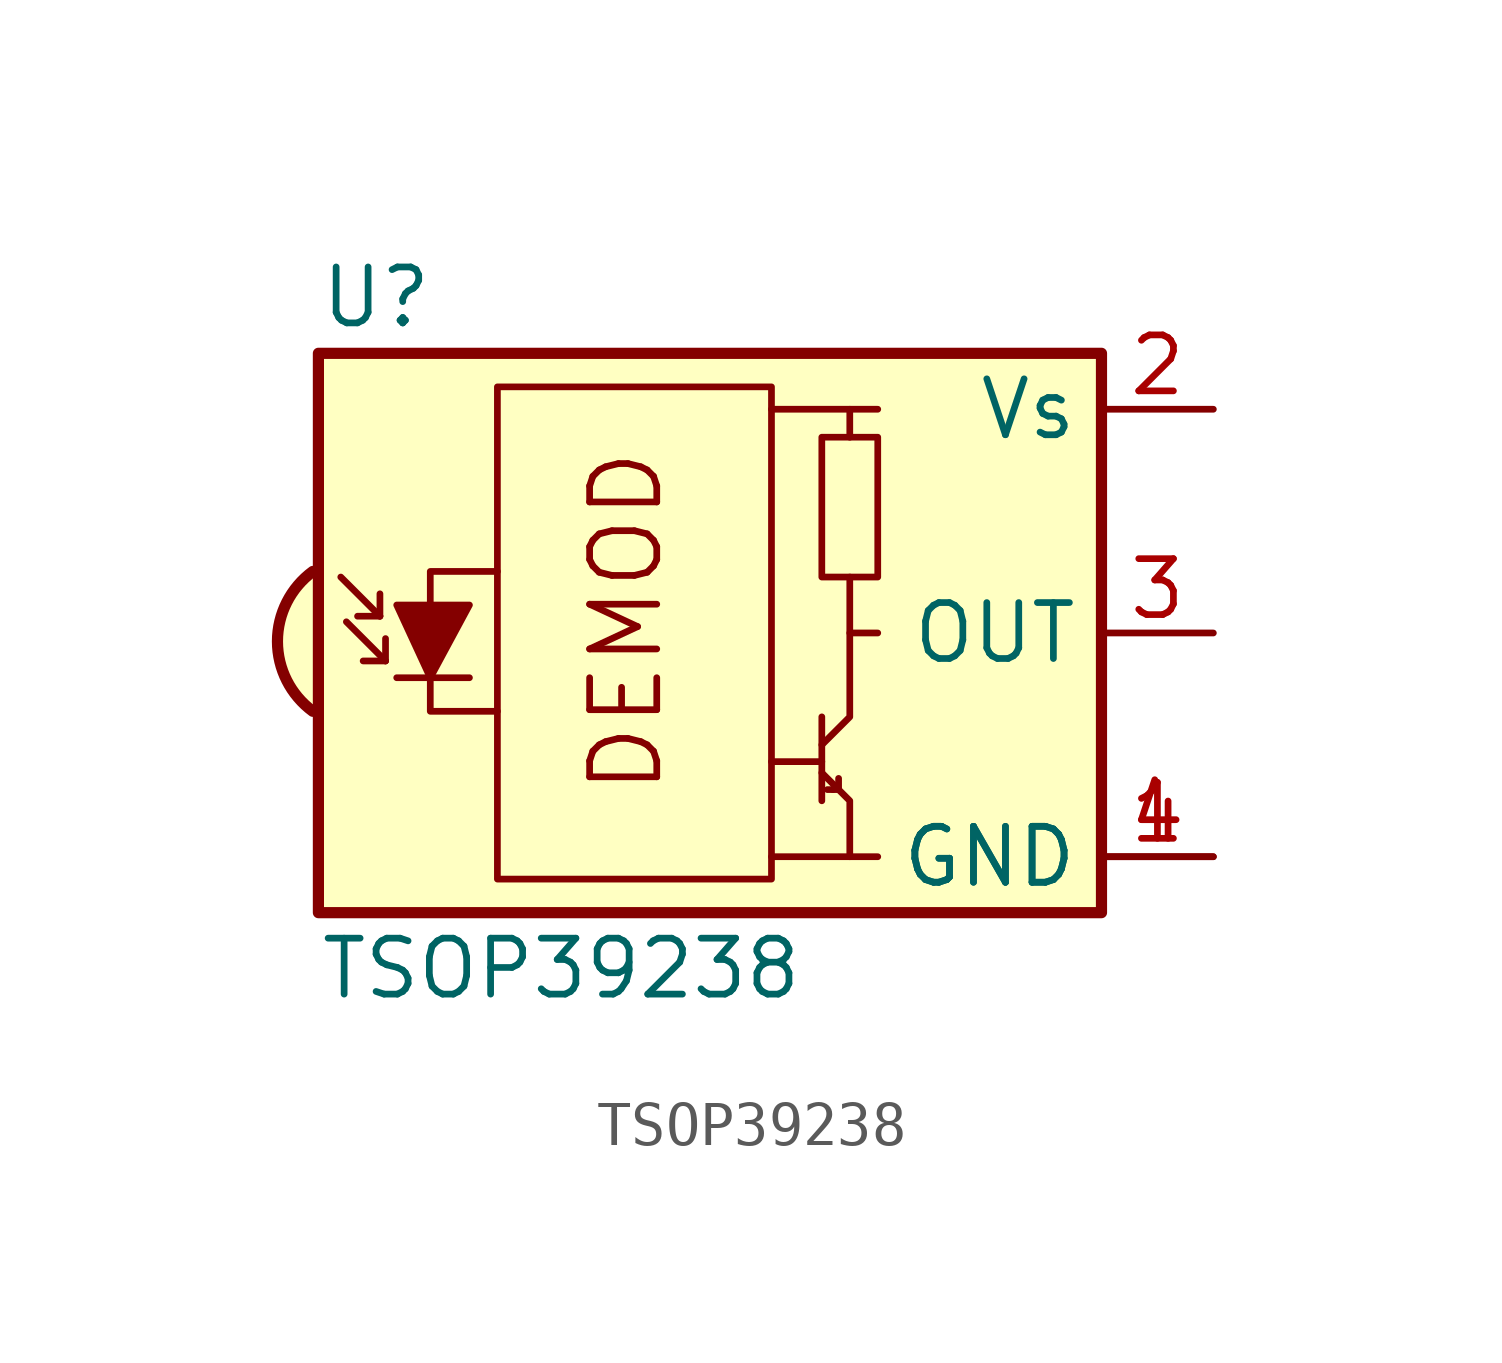
<source format=kicad_sym>
(kicad_symbol_lib
  (version 20231120)
  (generator "kicad_symbol_editor")
  (generator_version "8.0")
  (symbol "TSOP39238"
    (property "Reference" "U"
      (at -10.16 7.62 0)
      (effects (font (size 1.27 1.27)) (justify left)))
    (property "Value" "TSOP39238"
      (at -10.16 -7.62 0)
      (effects (font (size 1.27 1.27)) (justify left)))
    (symbol "TSOP39238_0_0"
      (arc (start -10.287 1.397) (mid -11.0899 -0.1852) (end -10.287 -1.778) (stroke (width 0.254) (type default)) (fill (type background)))
      (polyline (pts (xy 1.905 -5.08) (xy 0.127 -5.08)) (stroke (width 0) (type default)) (fill (type none)))
      (polyline (pts (xy 1.905 5.08) (xy 0.127 5.08)) (stroke (width 0) (type default)) (fill (type none)))
      (text "DEMOD" (at -3.175 0.254 900) (effects (font (size 1.524 1.524)))))
    (symbol "TSOP39238_0_1"
      (rectangle (start -10.16 6.35) (end 7.62 -6.35) (stroke (width 0.254) (type default)) (fill (type background)))
      (rectangle (start -6.096 5.588) (end 0.127 -5.588) (stroke (width 0) (type default)) (fill (type none)))
      (polyline (pts (xy -8.763 0.381) (xy -9.652 1.27)) (stroke (width 0) (type default)) (fill (type none)))
      (polyline (pts (xy -8.763 0.381) (xy -9.271 0.381)) (stroke (width 0) (type default)) (fill (type none)))
      (polyline (pts (xy -8.763 0.381) (xy -8.763 0.889)) (stroke (width 0) (type default)) (fill (type none)))
      (polyline (pts (xy -8.636 -0.635) (xy -9.525 0.254)) (stroke (width 0) (type default)) (fill (type none)))
      (polyline (pts (xy -8.636 -0.635) (xy -9.144 -0.635)) (stroke (width 0) (type default)) (fill (type none)))
      (polyline (pts (xy -8.636 -0.635) (xy -8.636 -0.127)) (stroke (width 0) (type default)) (fill (type none)))
      (polyline (pts (xy -8.382 -1.016) (xy -6.731 -1.016)) (stroke (width 0) (type default)) (fill (type none)))
      (polyline (pts (xy 1.27 -2.921) (xy 0.127 -2.921)) (stroke (width 0) (type default)) (fill (type none)))
      (polyline (pts (xy 1.27 -1.905) (xy 1.27 -3.81)) (stroke (width 0) (type default)) (fill (type none)))
      (polyline (pts (xy 1.397 -3.556) (xy 1.524 -3.556)) (stroke (width 0) (type default)) (fill (type none)))
      (polyline (pts (xy 1.651 -3.556) (xy 1.524 -3.556)) (stroke (width 0) (type default)) (fill (type none)))
      (polyline (pts (xy 1.651 -3.556) (xy 1.651 -3.302)) (stroke (width 0) (type default)) (fill (type none)))
      (polyline (pts (xy 1.905 0) (xy 1.905 1.27)) (stroke (width 0) (type default)) (fill (type none)))
      (polyline (pts (xy 1.905 4.445) (xy 1.905 5.08) (xy 2.54 5.08)) (stroke (width 0) (type default)) (fill (type none)))
      (polyline (pts (xy -8.382 0.635) (xy -6.731 0.635) (xy -7.62 -1.016) (xy -8.382 0.635)) (stroke (width 0) (type default)) (fill (type outline)))
      (polyline (pts (xy -6.096 1.397) (xy -7.62 1.397) (xy -7.62 -1.778) (xy -6.096 -1.778)) (stroke (width 0) (type default)) (fill (type none)))
      (polyline (pts (xy 1.27 -3.175) (xy 1.905 -3.81) (xy 1.905 -5.08) (xy 2.54 -5.08)) (stroke (width 0) (type default)) (fill (type none)))
      (polyline (pts (xy 1.27 -2.54) (xy 1.905 -1.905) (xy 1.905 0) (xy 2.54 0)) (stroke (width 0) (type default)) (fill (type none)))
      (rectangle (start 2.54 1.27) (end 1.27 4.445) (stroke (width 0) (type default)) (fill (type none))))
    (symbol "TSOP39238_1_0"
      (pin power_in line (at 10.16 -5.08 180) (length 2.54) (name "GND" (effects (font (size 1.27 1.27)))) (number "4" (effects (font (size 1.27 1.27))))))
    (symbol "TSOP39238_1_1"
      (pin power_in line (at 10.16 -5.08 180) (length 2.54) (name "GND" (effects (font (size 1.27 1.27)))) (number "1" (effects (font (size 1.27 1.27)))))
      (pin power_in line (at 10.16 5.08 180) (length 2.54) (name "Vs" (effects (font (size 1.27 1.27)))) (number "2" (effects (font (size 1.27 1.27)))))
      (pin output line (at 10.16 0 180) (length 2.54) (name "OUT" (effects (font (size 1.27 1.27)))) (number "3" (effects (font (size 1.27 1.27))))))))
</source>
